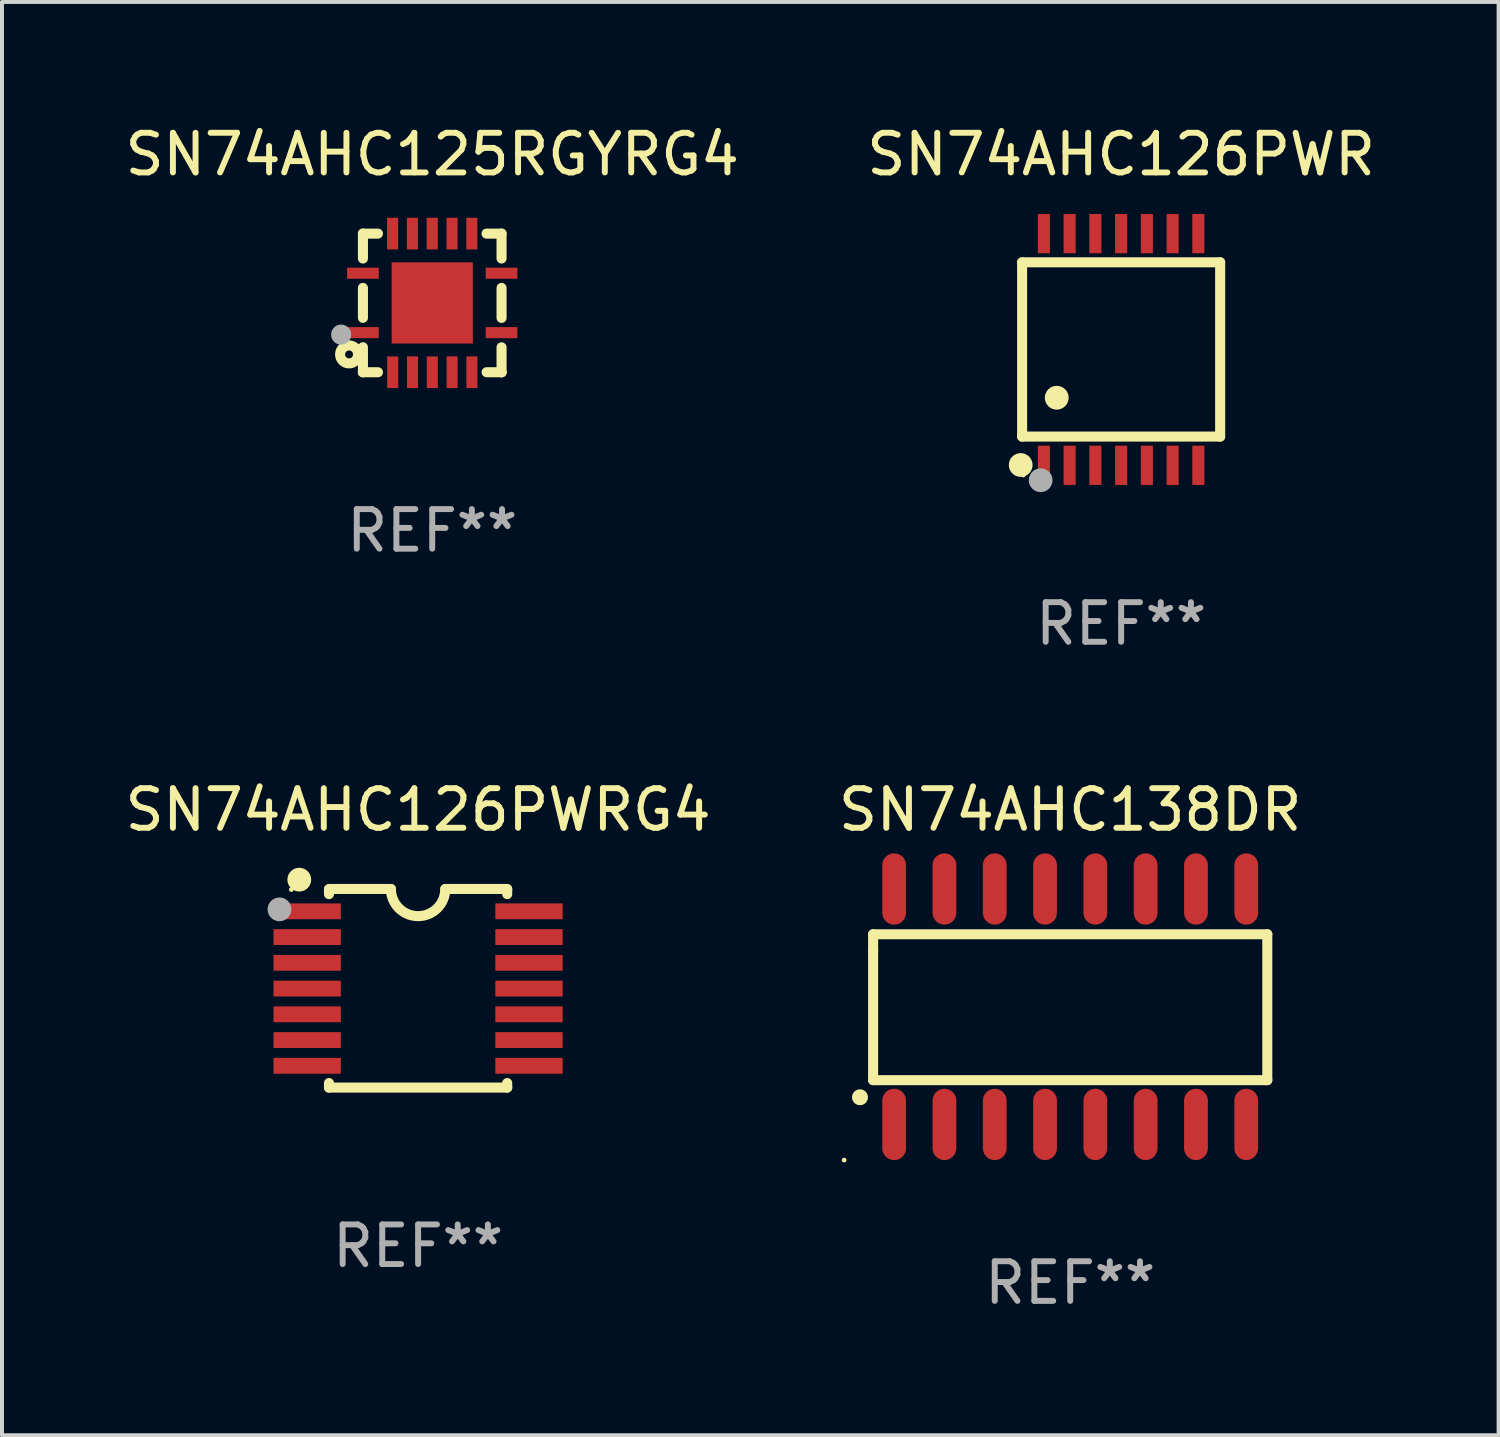
<source format=kicad_pcb>
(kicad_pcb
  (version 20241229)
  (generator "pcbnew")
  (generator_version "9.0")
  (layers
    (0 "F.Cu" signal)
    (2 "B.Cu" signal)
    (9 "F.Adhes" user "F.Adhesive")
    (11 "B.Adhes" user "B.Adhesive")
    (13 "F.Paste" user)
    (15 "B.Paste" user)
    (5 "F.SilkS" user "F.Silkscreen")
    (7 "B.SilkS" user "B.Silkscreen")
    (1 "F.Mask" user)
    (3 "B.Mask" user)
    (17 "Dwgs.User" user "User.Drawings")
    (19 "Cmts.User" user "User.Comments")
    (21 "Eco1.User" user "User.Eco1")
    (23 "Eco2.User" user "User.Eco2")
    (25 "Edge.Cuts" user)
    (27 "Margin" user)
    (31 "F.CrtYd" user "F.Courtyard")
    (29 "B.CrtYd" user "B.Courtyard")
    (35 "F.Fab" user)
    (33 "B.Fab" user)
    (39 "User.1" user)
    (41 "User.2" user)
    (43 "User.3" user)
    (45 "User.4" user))
  (footprint "SN74AHC126PWR"
    (layer "F.Cu")
    (at 25.256 5.773)
    (property "Reference" "SN74AHC126PWR" (at 0 -4.925 0) (layer "F.SilkS") (effects (font (size 1 1) (thickness 0.15))))
    (attr through_hole)
    (fp_line (start -2.5 2.2) (end -2.5 -2.2) (stroke (width 0.254) (type solid)) (layer "F.SilkS"))
    (fp_line (start -2.5 2.2) (end 2.5 2.2) (stroke (width 0.254) (type solid)) (layer "F.SilkS"))
    (fp_line (start 2.5 -2.2) (end -2.5 -2.2) (stroke (width 0.254) (type solid)) (layer "F.SilkS"))
    (fp_line (start 2.5 -2.2) (end 2.5 2.2) (stroke (width 0.254) (type solid)) (layer "F.SilkS"))
    (fp_circle (center -2.536 2.917) (end -2.386 2.917) (stroke (width 0.3) (type solid)) (fill no) (layer "F.SilkS"))
    (fp_circle (center -2.47 3.17) (end -2.44 3.17) (stroke (width 0.06) (type solid)) (fill no) (layer "F.SilkS"))
    (fp_circle (center -1.626 1.219) (end -1.475 1.219) (stroke (width 0.3) (type solid)) (fill no) (layer "F.SilkS"))
    (fp_circle (center -2.032 3.302) (end -1.882 3.302) (stroke (width 0.3) (type solid)) (fill no) (layer "F.Fab"))
    (fp_text user "REF**" (at 0 6.925 0) (layer "F.Fab") (effects (font (size 1 1) (thickness 0.15))))
    (pad "1" smd rect (at -1.95 2.925) (size 0.305 0.991) (layers "F.Cu" "F.Mask" "F.Paste"))
    (pad "2" smd rect (at -1.3 2.925) (size 0.305 0.991) (layers "F.Cu" "F.Mask" "F.Paste"))
    (pad "3" smd rect (at -0.65 2.925) (size 0.305 0.991) (layers "F.Cu" "F.Mask" "F.Paste"))
    (pad "4" smd rect (at 0 2.925) (size 0.305 0.991) (layers "F.Cu" "F.Mask" "F.Paste"))
    (pad "5" smd rect (at 0.65 2.925) (size 0.305 0.991) (layers "F.Cu" "F.Mask" "F.Paste"))
    (pad "6" smd rect (at 1.3 2.925) (size 0.305 0.991) (layers "F.Cu" "F.Mask" "F.Paste"))
    (pad "7" smd rect (at 1.95 2.925) (size 0.305 0.991) (layers "F.Cu" "F.Mask" "F.Paste"))
    (pad "8" smd rect (at 1.95 -2.925) (size 0.305 0.991) (layers "F.Cu" "F.Mask" "F.Paste"))
    (pad "9" smd rect (at 1.3 -2.925) (size 0.305 0.991) (layers "F.Cu" "F.Mask" "F.Paste"))
    (pad "10" smd rect (at 0.65 -2.925) (size 0.305 0.991) (layers "F.Cu" "F.Mask" "F.Paste"))
    (pad "11" smd rect (at 0 -2.925) (size 0.305 0.991) (layers "F.Cu" "F.Mask" "F.Paste"))
    (pad "12" smd rect (at -0.65 -2.925) (size 0.305 0.991) (layers "F.Cu" "F.Mask" "F.Paste"))
    (pad "13" smd rect (at -1.3 -2.925) (size 0.305 0.991) (layers "F.Cu" "F.Mask" "F.Paste"))
    (pad "14" smd rect (at -1.95 -2.925) (size 0.305 0.991) (layers "F.Cu" "F.Mask" "F.Paste")))
  (footprint "SN74AHC125RGYRG4"
    (layer "F.Cu")
    (at 7.863 4.598)
    (property "Reference" "SN74AHC125RGYRG4" (at 0 -3.75 0) (layer "F.SilkS") (effects (font (size 1 1) (thickness 0.15))))
    (attr through_hole)
    (fp_line (start -1.75 1.75) (end -1.37 1.75) (stroke (width 0.254) (type solid)) (layer "F.SilkS"))
    (fp_line (start -1.75 -1.75) (end -1.75 -1.121) (stroke (width 0.254) (type solid)) (layer "F.SilkS"))
    (fp_line (start -1.75 -0.379) (end -1.75 0.377) (stroke (width 0.254) (type solid)) (layer "F.SilkS"))
    (fp_line (start -1.75 1.119) (end -1.75 1.75) (stroke (width 0.254) (type solid)) (layer "F.SilkS"))
    (fp_line (start -1.75 1.75) (end -1.75 1.75) (stroke (width 0.254) (type solid)) (layer "F.SilkS"))
    (fp_line (start -1.371 -1.75) (end -1.75 -1.75) (stroke (width 0.254) (type solid)) (layer "F.SilkS"))
    (fp_line (start 1.373 1.75) (end 1.75 1.75) (stroke (width 0.254) (type solid)) (layer "F.SilkS"))
    (fp_line (start 1.75 1.75) (end 1.75 1.75) (stroke (width 0.254) (type solid)) (layer "F.SilkS"))
    (fp_line (start 1.75 -1.75) (end 1.371 -1.75) (stroke (width 0.254) (type solid)) (layer "F.SilkS"))
    (fp_line (start 1.75 -1.121) (end 1.75 -1.75) (stroke (width 0.254) (type solid)) (layer "F.SilkS"))
    (fp_line (start 1.75 0.379) (end 1.75 -0.379) (stroke (width 0.254) (type solid)) (layer "F.SilkS"))
    (fp_line (start 1.75 1.75) (end 1.75 1.121) (stroke (width 0.254) (type solid)) (layer "F.SilkS"))
    (fp_circle (center -2.1 1.3) (end -2 1.3) (stroke (width 0.254) (type solid)) (fill no) (layer "F.SilkS"))
    (fp_circle (center -1.747 1.751) (end -1.717 1.751) (stroke (width 0.06) (type solid)) (fill no) (layer "F.SilkS"))
    (fp_circle (center -2.3 0.8) (end -2.173 0.8) (stroke (width 0.254) (type solid)) (fill no) (layer "F.Fab"))
    (fp_text user "REF**" (at 0 5.75 0) (layer "F.Fab") (effects (font (size 1 1) (thickness 0.15))))
    (pad "1" smd rect (at -1.75 0.75 270) (size 0.28 0.8) (layers "F.Cu" "F.Mask" "F.Paste"))
    (pad "2" smd rect (at -0.998 1.75 180) (size 0.28 0.8) (layers "F.Cu" "F.Mask" "F.Paste"))
    (pad "3" smd rect (at -0.498 1.75 180) (size 0.28 0.8) (layers "F.Cu" "F.Mask" "F.Paste"))
    (pad "4" smd rect (at 0.002 1.75 180) (size 0.28 0.8) (layers "F.Cu" "F.Mask" "F.Paste"))
    (pad "5" smd rect (at 0.502 1.75 180) (size 0.28 0.8) (layers "F.Cu" "F.Mask" "F.Paste"))
    (pad "6" smd rect (at 1.002 1.75 180) (size 0.28 0.8) (layers "F.Cu" "F.Mask" "F.Paste"))
    (pad "7" smd rect (at 1.75 0.75 270) (size 0.28 0.8) (layers "F.Cu" "F.Mask" "F.Paste"))
    (pad "8" smd rect (at 1.75 -0.75 270) (size 0.28 0.8) (layers "F.Cu" "F.Mask" "F.Paste"))
    (pad "9" smd rect (at 1 -1.75) (size 0.28 0.8) (layers "F.Cu" "F.Mask" "F.Paste"))
    (pad "10" smd rect (at 0.5 -1.75) (size 0.28 0.8) (layers "F.Cu" "F.Mask" "F.Paste"))
    (pad "11" smd rect (at 0 -1.75) (size 0.28 0.8) (layers "F.Cu" "F.Mask" "F.Paste"))
    (pad "12" smd rect (at -0.5 -1.75) (size 0.28 0.8) (layers "F.Cu" "F.Mask" "F.Paste"))
    (pad "13" smd rect (at -1 -1.75) (size 0.28 0.8) (layers "F.Cu" "F.Mask" "F.Paste"))
    (pad "14" smd rect (at -1.75 -0.75 90) (size 0.28 0.8) (layers "F.Cu" "F.Mask" "F.Paste"))
    (pad "15" smd rect (at 0 0 180) (size 2.05 2.05) (layers "F.Cu" "F.Mask" "F.Paste")))
  (footprint "SN74AHC126PWRG4"
    (layer "F.Cu")
    (at 7.506 21.902)
    (property "Reference" "SN74AHC126PWRG4" (at 0 -4.507 0) (layer "F.SilkS") (effects (font (size 1 1) (thickness 0.15))))
    (attr through_hole)
    (fp_line (start -2.25 -2.377) (end -2.25 -2.493) (stroke (width 0.254) (type solid)) (layer "F.SilkS"))
    (fp_line (start -2.25 2.507) (end -2.25 2.392) (stroke (width 0.254) (type solid)) (layer "F.SilkS"))
    (fp_line (start -1.6 -2.507) (end -2.25 -2.507) (stroke (width 0.254) (type solid)) (layer "F.SilkS"))
    (fp_line (start -1.6 -2.507) (end -0.686 -2.507) (stroke (width 0.254) (type solid)) (layer "F.SilkS"))
    (fp_line (start 0.686 -2.507) (end 1.6 -2.507) (stroke (width 0.254) (type solid)) (layer "F.SilkS"))
    (fp_line (start 1.6 -2.507) (end 2.25 -2.507) (stroke (width 0.254) (type solid)) (layer "F.SilkS"))
    (fp_line (start 2.25 -2.493) (end 2.25 -2.377) (stroke (width 0.254) (type solid)) (layer "F.SilkS"))
    (fp_line (start 2.25 2.392) (end 2.25 2.507) (stroke (width 0.254) (type solid)) (layer "F.SilkS"))
    (fp_line (start 2.25 2.507) (end -2.25 2.507) (stroke (width 0.254) (type solid)) (layer "F.SilkS"))
    (fp_arc (start 0.685852 -2.507303) (mid 0.000051 -1.821502) (end -0.68575 -2.507303) (stroke (width 0.254001) (type solid)) (layer "F.SilkS"))
    (fp_circle (center -3.2 -2.493) (end -3.17 -2.493) (stroke (width 0.06) (type solid)) (fill no) (layer "F.SilkS"))
    (fp_circle (center -3 -2.743) (end -2.85 -2.743) (stroke (width 0.3) (type solid)) (fill no) (layer "F.SilkS"))
    (fp_circle (center -3.5 -1.993) (end -3.35 -1.993) (stroke (width 0.3) (type solid)) (fill no) (layer "F.Fab"))
    (fp_text user "REF**" (at 0 6.507 0) (layer "F.Fab") (effects (font (size 1 1) (thickness 0.15))))
    (pad "1" smd rect (at -2.8 -1.943) (size 1.7 0.4) (layers "F.Cu" "F.Mask" "F.Paste"))
    (pad "2" smd rect (at -2.8 -1.293) (size 1.7 0.4) (layers "F.Cu" "F.Mask" "F.Paste"))
    (pad "3" smd rect (at -2.8 -0.643) (size 1.7 0.4) (layers "F.Cu" "F.Mask" "F.Paste"))
    (pad "4" smd rect (at -2.8 0.007) (size 1.7 0.4) (layers "F.Cu" "F.Mask" "F.Paste"))
    (pad "5" smd rect (at -2.8 0.657) (size 1.7 0.4) (layers "F.Cu" "F.Mask" "F.Paste"))
    (pad "6" smd rect (at -2.8 1.307) (size 1.7 0.4) (layers "F.Cu" "F.Mask" "F.Paste"))
    (pad "7" smd rect (at -2.8 1.957) (size 1.7 0.4) (layers "F.Cu" "F.Mask" "F.Paste"))
    (pad "8" smd rect (at 2.8 1.957) (size 1.7 0.4) (layers "F.Cu" "F.Mask" "F.Paste"))
    (pad "9" smd rect (at 2.8 1.307) (size 1.7 0.4) (layers "F.Cu" "F.Mask" "F.Paste"))
    (pad "10" smd rect (at 2.8 0.657) (size 1.7 0.4) (layers "F.Cu" "F.Mask" "F.Paste"))
    (pad "11" smd rect (at 2.8 0.007) (size 1.7 0.4) (layers "F.Cu" "F.Mask" "F.Paste"))
    (pad "12" smd rect (at 2.8 -0.643) (size 1.7 0.4) (layers "F.Cu" "F.Mask" "F.Paste"))
    (pad "13" smd rect (at 2.8 -1.293) (size 1.7 0.4) (layers "F.Cu" "F.Mask" "F.Paste"))
    (pad "14" smd rect (at 2.8 -1.943) (size 1.7 0.4) (layers "F.Cu" "F.Mask" "F.Paste")))
  (footprint "SN74AHC138DR"
    (layer "F.Cu")
    (at 23.97 22.367)
    (property "Reference" "SN74AHC138DR" (at 0 -4.972 0) (layer "F.SilkS") (effects (font (size 1 1) (thickness 0.15))))
    (attr through_hole)
    (fp_line (start -4.976 -1.829) (end -4.976 -1.4) (stroke (width 0.254) (type solid)) (layer "F.SilkS"))
    (fp_line (start -4.976 -1.4) (end -4.976 1.854) (stroke (width 0.254) (type solid)) (layer "F.SilkS"))
    (fp_line (start -4.976 1.854) (end 4.976 1.854) (stroke (width 0.254) (type solid)) (layer "F.SilkS"))
    (fp_line (start 4.976 -1.829) (end -4.976 -1.829) (stroke (width 0.254) (type solid)) (layer "F.SilkS"))
    (fp_line (start 4.976 1.854) (end 4.976 -1.829) (stroke (width 0.254) (type solid)) (layer "F.SilkS"))
    (fp_arc (start -5.308611 2.286005) (mid -5.307341 2.286001) (end -5.306071 2.286005) (stroke (width 0.4) (type solid)) (layer "F.SilkS"))
    (fp_circle (center -5.707 3.872) (end -5.677 3.872) (stroke (width 0.06) (type solid)) (fill no) (layer "F.SilkS"))
    (fp_text user "REF**" (at 0 6.972 0) (layer "F.Fab") (effects (font (size 1 1) (thickness 0.15))))
    (pad "1" smd oval (at -4.445 2.972 180) (size 0.6 1.8) (layers "F.Cu" "F.Mask" "F.Paste"))
    (pad "2" smd oval (at -3.175 2.972 180) (size 0.6 1.8) (layers "F.Cu" "F.Mask" "F.Paste"))
    (pad "3" smd oval (at -1.905 2.972 180) (size 0.6 1.8) (layers "F.Cu" "F.Mask" "F.Paste"))
    (pad "4" smd oval (at -0.635 2.972 180) (size 0.6 1.8) (layers "F.Cu" "F.Mask" "F.Paste"))
    (pad "5" smd oval (at 0.635 2.972 180) (size 0.6 1.8) (layers "F.Cu" "F.Mask" "F.Paste"))
    (pad "6" smd oval (at 1.905 2.972 180) (size 0.6 1.8) (layers "F.Cu" "F.Mask" "F.Paste"))
    (pad "7" smd oval (at 3.175 2.972 180) (size 0.6 1.8) (layers "F.Cu" "F.Mask" "F.Paste"))
    (pad "8" smd oval (at 4.445 2.972 180) (size 0.6 1.8) (layers "F.Cu" "F.Mask" "F.Paste"))
    (pad "9" smd oval (at 4.445 -2.972 180) (size 0.6 1.8) (layers "F.Cu" "F.Mask" "F.Paste"))
    (pad "10" smd oval (at 3.175 -2.972 180) (size 0.6 1.8) (layers "F.Cu" "F.Mask" "F.Paste"))
    (pad "11" smd oval (at 1.905 -2.972 180) (size 0.6 1.8) (layers "F.Cu" "F.Mask" "F.Paste"))
    (pad "12" smd oval (at 0.635 -2.972 180) (size 0.6 1.8) (layers "F.Cu" "F.Mask" "F.Paste"))
    (pad "13" smd oval (at -0.635 -2.972 180) (size 0.6 1.8) (layers "F.Cu" "F.Mask" "F.Paste"))
    (pad "14" smd oval (at -1.905 -2.972 180) (size 0.6 1.8) (layers "F.Cu" "F.Mask" "F.Paste"))
    (pad "15" smd oval (at -3.175 -2.972 180) (size 0.6 1.8) (layers "F.Cu" "F.Mask" "F.Paste"))
    (pad "16" smd oval (at -4.445 -2.972 180) (size 0.6 1.8) (layers "F.Cu" "F.Mask" "F.Paste")))
  (gr_rect
    (start -3 -3)
    (end 34.786 33.187)
    (stroke (width 0.1) (type default))
    (fill no)
    (layer "Edge.Cuts")))
</source>
